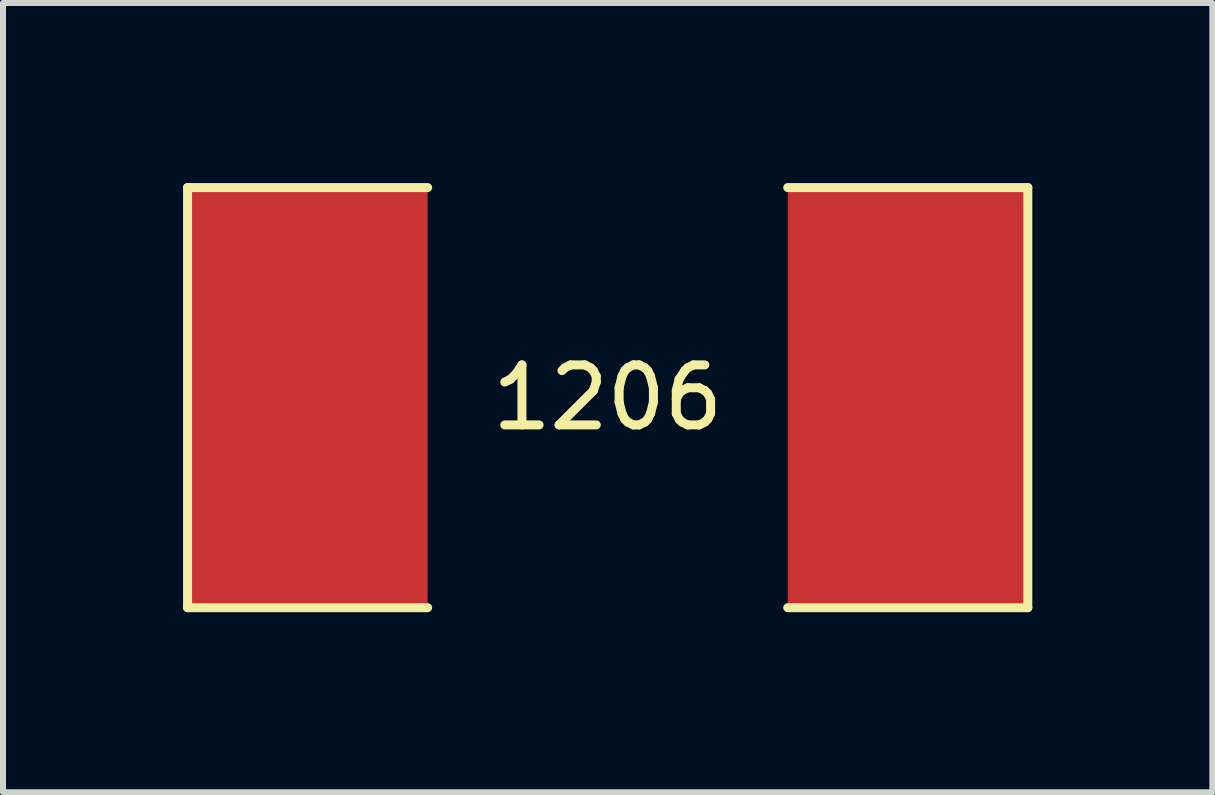
<source format=kicad_pcb>
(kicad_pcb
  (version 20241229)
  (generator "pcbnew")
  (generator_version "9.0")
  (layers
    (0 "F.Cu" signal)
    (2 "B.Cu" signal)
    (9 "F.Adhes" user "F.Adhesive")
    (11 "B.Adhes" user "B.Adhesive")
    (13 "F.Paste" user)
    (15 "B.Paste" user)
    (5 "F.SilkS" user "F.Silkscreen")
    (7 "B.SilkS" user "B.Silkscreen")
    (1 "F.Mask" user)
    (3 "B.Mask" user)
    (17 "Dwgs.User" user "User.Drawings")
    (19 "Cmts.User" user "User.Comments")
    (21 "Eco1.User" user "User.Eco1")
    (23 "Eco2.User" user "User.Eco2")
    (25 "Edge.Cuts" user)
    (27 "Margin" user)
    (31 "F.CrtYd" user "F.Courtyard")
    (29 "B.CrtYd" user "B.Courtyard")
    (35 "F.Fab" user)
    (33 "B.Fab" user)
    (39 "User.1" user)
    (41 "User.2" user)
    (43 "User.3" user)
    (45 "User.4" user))
  (footprint "1206"
    (layer "F.Cu")
    (at 6.825 4.325)
    (property "Reference" "1206" (at 0.25 -0.75 0) (layer "F.SilkS") (effects (font (size 1 1) (thickness 0.15))))
    (attr through_hole)
    (fp_line (start -6.75 -4.25) (end -6.75 2.75) (stroke (width 0.15) (type solid)) (layer "F.SilkS"))
    (fp_line (start -6.75 2.75) (end -2.75 2.75) (stroke (width 0.15) (type solid)) (layer "F.SilkS"))
    (fp_line (start -2.75 -4.25) (end -6.75 -4.25) (stroke (width 0.15) (type solid)) (layer "F.SilkS"))
    (fp_line (start 3.25 2.75) (end 7.25 2.75) (stroke (width 0.15) (type solid)) (layer "F.SilkS"))
    (fp_line (start 7.25 -4.25) (end 3.25 -4.25) (stroke (width 0.15) (type solid)) (layer "F.SilkS"))
    (fp_line (start 7.25 2.75) (end 7.25 -4.25) (stroke (width 0.15) (type solid)) (layer "F.SilkS"))
    (pad "1" smd rect (at -4.75 -0.75) (size 4 7) (layers "F.Cu" "F.Mask" "F.Paste"))
    (pad "2" smd rect (at 5.25 -0.75) (size 4 7) (layers "F.Cu" "F.Mask" "F.Paste")))
  (gr_rect
    (start -3 -3)
    (end 17.15 10.15)
    (stroke (width 0.1) (type default))
    (fill no)
    (layer "Edge.Cuts")))
</source>
